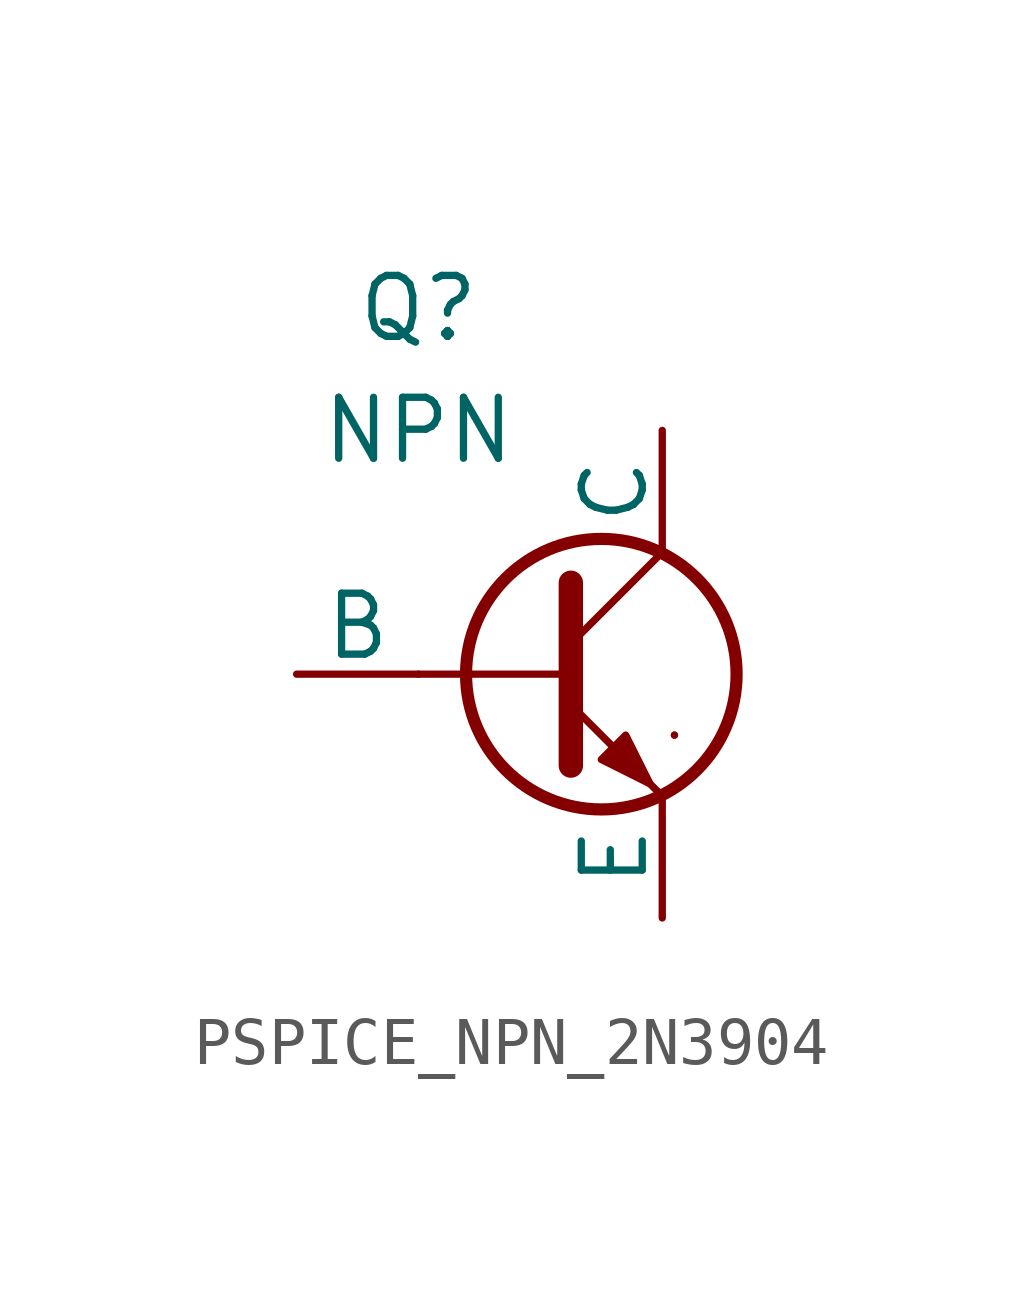
<source format=kicad_sym>
(kicad_symbol_lib
  (version 20231120)
  (generator "kicad_symbol_editor")
  (generator_version "8.0")
  (symbol "PSPICE_NPN_2N3904"
    (pin_numbers hide)
    (pin_names
      (offset 0))
    (property "Reference" "Q"
      (at -2.54 7.62 0)
      (effects (font (size 1.27 1.27))))
    (property "Value" "NPN"
      (at -2.54 5.08 0)
      (effects (font (size 1.27 1.27))))
    (symbol "PSPICE_NPN_2N3904_0_1"
      (polyline (pts (xy -2.54 0) (xy 0.635 0)) (stroke (width 0.152) (type default)) (fill (type none)))
      (polyline (pts (xy 0.635 0.635) (xy 2.54 2.54)) (stroke (width 0) (type default)) (fill (type none)))
      (polyline (pts (xy 2.794 -1.27) (xy 2.794 -1.27)) (stroke (width 0.152) (type default)) (fill (type none)))
      (polyline (pts (xy 2.794 -1.27) (xy 2.794 -1.27)) (stroke (width 0.152) (type default)) (fill (type none)))
      (polyline (pts (xy 0.635 -0.635) (xy 2.54 -2.54) (xy 2.54 -2.54)) (stroke (width 0) (type default)) (fill (type none)))
      (polyline (pts (xy 0.635 1.905) (xy 0.635 -1.905) (xy 0.635 -1.905)) (stroke (width 0.508) (type default)) (fill (type none)))
      (polyline (pts (xy 1.27 -1.778) (xy 1.778 -1.27) (xy 2.286 -2.286) (xy 1.27 -1.778) (xy 1.27 -1.778)) (stroke (width 0) (type default)) (fill (type outline)))
      (circle (center 1.27 0) (radius 2.819) (stroke (width 0.254) (type default)) (fill (type none))))
    (symbol "PSPICE_NPN_2N3904_1_1"
      (pin open_collector line (at 2.54 5.08 270) (length 2.54) (name "C" (effects (font (size 1.27 1.27)))) (number "1" (effects (font (size 1.27 1.27)))))
      (pin input line (at -5.08 0 0) (length 2.54) (name "B" (effects (font (size 1.27 1.27)))) (number "2" (effects (font (size 1.27 1.27)))))
      (pin open_emitter line (at 2.54 -5.08 90) (length 2.54) (name "E" (effects (font (size 1.27 1.27)))) (number "3" (effects (font (size 1.27 1.27))))))))
</source>
